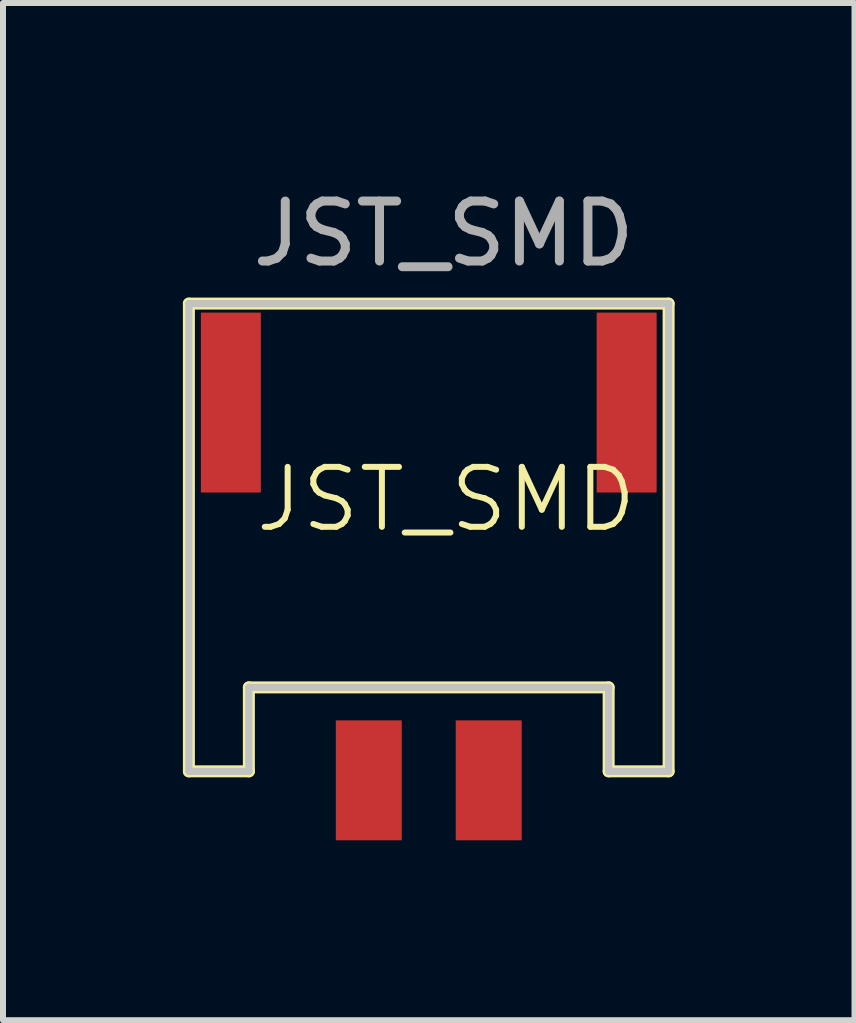
<source format=kicad_pcb>
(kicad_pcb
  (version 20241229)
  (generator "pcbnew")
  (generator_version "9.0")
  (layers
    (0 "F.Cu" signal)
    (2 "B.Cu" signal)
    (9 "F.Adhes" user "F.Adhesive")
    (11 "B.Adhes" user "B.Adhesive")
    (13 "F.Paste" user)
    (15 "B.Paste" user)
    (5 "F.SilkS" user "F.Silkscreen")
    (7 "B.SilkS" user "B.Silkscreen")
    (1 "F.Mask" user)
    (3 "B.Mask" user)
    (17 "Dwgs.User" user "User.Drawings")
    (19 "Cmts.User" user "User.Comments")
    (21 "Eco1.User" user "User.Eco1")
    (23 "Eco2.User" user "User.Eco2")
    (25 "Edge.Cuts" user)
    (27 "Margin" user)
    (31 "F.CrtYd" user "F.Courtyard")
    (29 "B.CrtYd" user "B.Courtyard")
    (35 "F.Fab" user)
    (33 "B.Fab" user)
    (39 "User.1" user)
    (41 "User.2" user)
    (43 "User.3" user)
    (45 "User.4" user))
  (footprint "JST_SMD"
    (layer "F.Cu")
    (at 4.39 5.778)
    (property "Reference" "JST_SMD" (at 0 -0.5 0) (unlocked yes) (layer "F.SilkS") (effects (font (size 1 1) (thickness 0.1))))
    (attr smd)
    (fp_line (start -4.29 -3.765) (end 3.71 -3.765) (stroke (width 0.2) (type solid)) (layer "F.SilkS"))
    (fp_line (start -4.29 4.035) (end -4.29 -3.765) (stroke (width 0.2) (type solid)) (layer "F.SilkS"))
    (fp_line (start -4.29 4.035) (end -3.29 4.035) (stroke (width 0.2) (type solid)) (layer "F.SilkS"))
    (fp_line (start -3.29 4.035) (end -3.29 2.635) (stroke (width 0.2) (type solid)) (layer "F.SilkS"))
    (fp_line (start 2.71 2.635) (end -3.29 2.635) (stroke (width 0.2) (type solid)) (layer "F.SilkS"))
    (fp_line (start 2.71 2.635) (end 2.71 4.035) (stroke (width 0.2) (type solid)) (layer "F.SilkS"))
    (fp_line (start 2.71 4.035) (end 3.71 4.035) (stroke (width 0.2) (type solid)) (layer "F.SilkS"))
    (fp_line (start 3.71 -3.765) (end 3.71 4.035) (stroke (width 0.2) (type solid)) (layer "F.SilkS"))
    (fp_line (start -4.29 -3.765) (end -4.29 4.035) (stroke (width 0.12) (type solid)) (layer "Dwgs.User"))
    (fp_line (start -4.29 4.035) (end -3.29 4.035) (stroke (width 0.12) (type solid)) (layer "Dwgs.User"))
    (fp_line (start -3.29 2.635) (end 2.71 2.635) (stroke (width 0.12) (type solid)) (layer "Dwgs.User"))
    (fp_line (start -3.29 4.035) (end -3.29 2.635) (stroke (width 0.12) (type solid)) (layer "Dwgs.User"))
    (fp_line (start 2.71 2.635) (end 2.71 4.035) (stroke (width 0.12) (type solid)) (layer "Dwgs.User"))
    (fp_line (start 2.71 4.035) (end 3.71 4.035) (stroke (width 0.12) (type solid)) (layer "Dwgs.User"))
    (fp_line (start 3.71 -3.765) (end -4.29 -3.765) (stroke (width 0.12) (type solid)) (layer "Dwgs.User"))
    (fp_line (start 3.71 4.035) (end 3.71 -3.765) (stroke (width 0.12) (type solid)) (layer "Dwgs.User"))
    (fp_text user "${REFERENCE}" (at -0.04 -4.93 0) (unlocked yes) (layer "F.Fab") (effects (font (size 1 1) (thickness 0.15))))
    (pad "" smd rect (at -3.59 -2.115) (size 1 3) (layers "F.Cu" "F.Mask" "F.Paste"))
    (pad "" smd rect (at 3.01 -2.115) (size 1 3) (layers "F.Cu" "F.Mask" "F.Paste"))
    (pad "1" smd rect (at 0.71 4.185) (size 1.1 2) (layers "F.Cu" "F.Mask" "F.Paste"))
    (pad "2" smd rect (at -1.29 4.185) (size 1.1 2) (layers "F.Cu" "F.Mask" "F.Paste")))
  (gr_rect
    (start -3 -3)
    (end 11.2 13.963)
    (stroke (width 0.1) (type default))
    (fill no)
    (layer "Edge.Cuts")))
</source>
